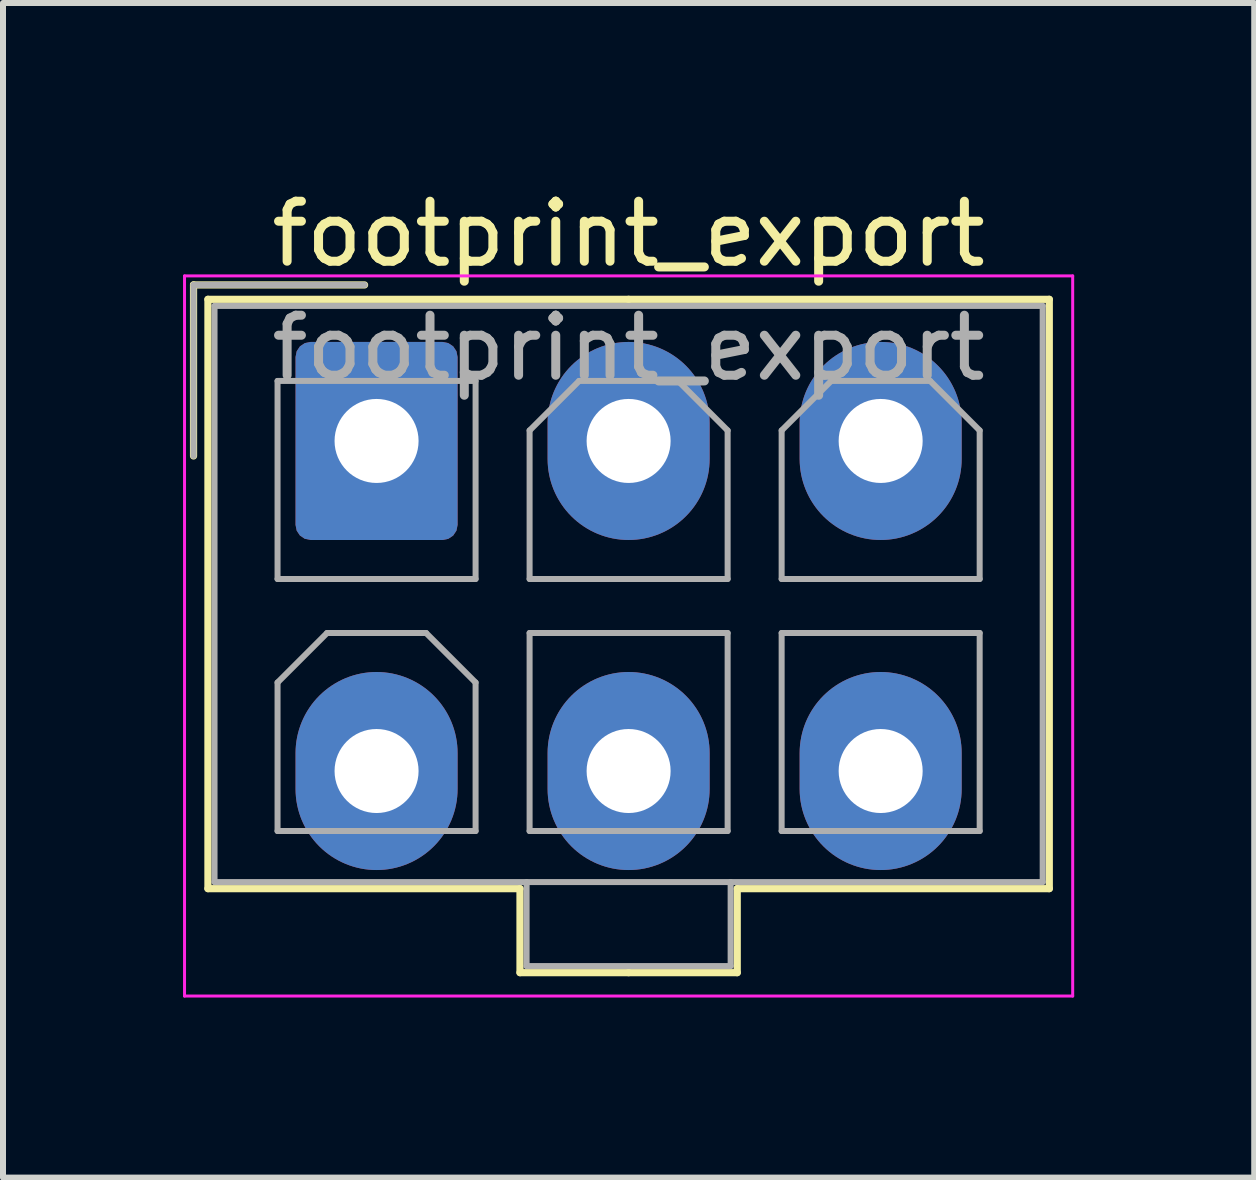
<source format=kicad_pcb>
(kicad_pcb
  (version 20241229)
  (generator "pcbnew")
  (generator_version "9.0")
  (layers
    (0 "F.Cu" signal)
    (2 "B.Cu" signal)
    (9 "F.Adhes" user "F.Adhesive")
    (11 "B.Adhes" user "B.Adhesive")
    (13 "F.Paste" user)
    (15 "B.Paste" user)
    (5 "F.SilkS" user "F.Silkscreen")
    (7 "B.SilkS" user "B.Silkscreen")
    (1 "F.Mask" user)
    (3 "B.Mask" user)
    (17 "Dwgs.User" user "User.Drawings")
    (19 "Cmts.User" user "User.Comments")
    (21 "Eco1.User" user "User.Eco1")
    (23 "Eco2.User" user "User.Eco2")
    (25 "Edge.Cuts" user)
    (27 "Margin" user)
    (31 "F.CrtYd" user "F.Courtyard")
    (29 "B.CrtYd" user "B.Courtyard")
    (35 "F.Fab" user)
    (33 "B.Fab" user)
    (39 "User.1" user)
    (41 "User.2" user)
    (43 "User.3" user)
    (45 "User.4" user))
  (footprint "footprint_export"
    (layer "F.Cu")
    (at 3.225 4.298)
    (property "Reference" "footprint_export" (at 4.2 -3.45 0) (layer "F.SilkS") (effects (font (size 1 1) (thickness 0.15))))
    (attr through_hole)
    (fp_line (start -3.05 -2.6) (end -3.05 0.25) (stroke (width 0.12) (type solid)) (layer "F.SilkS"))
    (fp_line (start -2.81 -2.36) (end -2.81 7.46) (stroke (width 0.12) (type solid)) (layer "F.SilkS"))
    (fp_line (start -2.81 7.46) (end 2.39 7.46) (stroke (width 0.12) (type solid)) (layer "F.SilkS"))
    (fp_line (start -0.2 -2.6) (end -3.05 -2.6) (stroke (width 0.12) (type solid)) (layer "F.SilkS"))
    (fp_line (start 2.39 7.46) (end 2.39 8.86) (stroke (width 0.12) (type solid)) (layer "F.SilkS"))
    (fp_line (start 2.39 8.86) (end 4.2 8.86) (stroke (width 0.12) (type solid)) (layer "F.SilkS"))
    (fp_line (start 4.2 -2.36) (end -2.81 -2.36) (stroke (width 0.12) (type solid)) (layer "F.SilkS"))
    (fp_line (start 4.2 -2.36) (end 11.21 -2.36) (stroke (width 0.12) (type solid)) (layer "F.SilkS"))
    (fp_line (start 6.01 7.46) (end 6.01 8.86) (stroke (width 0.12) (type solid)) (layer "F.SilkS"))
    (fp_line (start 6.01 8.86) (end 4.2 8.86) (stroke (width 0.12) (type solid)) (layer "F.SilkS"))
    (fp_line (start 11.21 -2.36) (end 11.21 7.46) (stroke (width 0.12) (type solid)) (layer "F.SilkS"))
    (fp_line (start 11.21 7.46) (end 6.01 7.46) (stroke (width 0.12) (type solid)) (layer "F.SilkS"))
    (fp_line (start -3.2 -2.75) (end -3.2 9.25) (stroke (width 0.05) (type solid)) (layer "F.CrtYd"))
    (fp_line (start -3.2 9.25) (end 11.6 9.25) (stroke (width 0.05) (type solid)) (layer "F.CrtYd"))
    (fp_line (start 11.6 -2.75) (end -3.2 -2.75) (stroke (width 0.05) (type solid)) (layer "F.CrtYd"))
    (fp_line (start 11.6 9.25) (end 11.6 -2.75) (stroke (width 0.05) (type solid)) (layer "F.CrtYd"))
    (fp_line (start -3.05 -2.6) (end -3.05 0.25) (stroke (width 0.1) (type solid)) (layer "F.Fab"))
    (fp_line (start -2.7 -2.25) (end -2.7 7.35) (stroke (width 0.1) (type solid)) (layer "F.Fab"))
    (fp_line (start -2.7 7.35) (end 11.1 7.35) (stroke (width 0.1) (type solid)) (layer "F.Fab"))
    (fp_line (start -1.65 -1) (end -1.65 2.3) (stroke (width 0.1) (type solid)) (layer "F.Fab"))
    (fp_line (start -1.65 2.3) (end 1.65 2.3) (stroke (width 0.1) (type solid)) (layer "F.Fab"))
    (fp_line (start -1.65 4.025) (end -0.825 3.2) (stroke (width 0.1) (type solid)) (layer "F.Fab"))
    (fp_line (start -1.65 6.5) (end -1.65 4.025) (stroke (width 0.1) (type solid)) (layer "F.Fab"))
    (fp_line (start -0.825 3.2) (end 0.825 3.2) (stroke (width 0.1) (type solid)) (layer "F.Fab"))
    (fp_line (start -0.2 -2.6) (end -3.05 -2.6) (stroke (width 0.1) (type solid)) (layer "F.Fab"))
    (fp_line (start 0.825 3.2) (end 1.65 4.025) (stroke (width 0.1) (type solid)) (layer "F.Fab"))
    (fp_line (start 1.65 -1) (end -1.65 -1) (stroke (width 0.1) (type solid)) (layer "F.Fab"))
    (fp_line (start 1.65 2.3) (end 1.65 -1) (stroke (width 0.1) (type solid)) (layer "F.Fab"))
    (fp_line (start 1.65 4.025) (end 1.65 6.5) (stroke (width 0.1) (type solid)) (layer "F.Fab"))
    (fp_line (start 1.65 6.5) (end -1.65 6.5) (stroke (width 0.1) (type solid)) (layer "F.Fab"))
    (fp_line (start 2.5 7.35) (end 2.5 8.75) (stroke (width 0.1) (type solid)) (layer "F.Fab"))
    (fp_line (start 2.5 8.75) (end 5.9 8.75) (stroke (width 0.1) (type solid)) (layer "F.Fab"))
    (fp_line (start 2.55 -0.175) (end 3.375 -1) (stroke (width 0.1) (type solid)) (layer "F.Fab"))
    (fp_line (start 2.55 2.3) (end 2.55 -0.175) (stroke (width 0.1) (type solid)) (layer "F.Fab"))
    (fp_line (start 2.55 3.2) (end 2.55 6.5) (stroke (width 0.1) (type solid)) (layer "F.Fab"))
    (fp_line (start 2.55 6.5) (end 5.85 6.5) (stroke (width 0.1) (type solid)) (layer "F.Fab"))
    (fp_line (start 3.375 -1) (end 5.025 -1) (stroke (width 0.1) (type solid)) (layer "F.Fab"))
    (fp_line (start 5.025 -1) (end 5.85 -0.175) (stroke (width 0.1) (type solid)) (layer "F.Fab"))
    (fp_line (start 5.85 -0.175) (end 5.85 2.3) (stroke (width 0.1) (type solid)) (layer "F.Fab"))
    (fp_line (start 5.85 2.3) (end 2.55 2.3) (stroke (width 0.1) (type solid)) (layer "F.Fab"))
    (fp_line (start 5.85 3.2) (end 2.55 3.2) (stroke (width 0.1) (type solid)) (layer "F.Fab"))
    (fp_line (start 5.85 6.5) (end 5.85 3.2) (stroke (width 0.1) (type solid)) (layer "F.Fab"))
    (fp_line (start 5.9 8.75) (end 5.9 7.35) (stroke (width 0.1) (type solid)) (layer "F.Fab"))
    (fp_line (start 6.75 -0.175) (end 7.575 -1) (stroke (width 0.1) (type solid)) (layer "F.Fab"))
    (fp_line (start 6.75 2.3) (end 6.75 -0.175) (stroke (width 0.1) (type solid)) (layer "F.Fab"))
    (fp_line (start 6.75 3.2) (end 6.75 6.5) (stroke (width 0.1) (type solid)) (layer "F.Fab"))
    (fp_line (start 6.75 6.5) (end 10.05 6.5) (stroke (width 0.1) (type solid)) (layer "F.Fab"))
    (fp_line (start 7.575 -1) (end 9.225 -1) (stroke (width 0.1) (type solid)) (layer "F.Fab"))
    (fp_line (start 9.225 -1) (end 10.05 -0.175) (stroke (width 0.1) (type solid)) (layer "F.Fab"))
    (fp_line (start 10.05 -0.175) (end 10.05 2.3) (stroke (width 0.1) (type solid)) (layer "F.Fab"))
    (fp_line (start 10.05 2.3) (end 6.75 2.3) (stroke (width 0.1) (type solid)) (layer "F.Fab"))
    (fp_line (start 10.05 3.2) (end 6.75 3.2) (stroke (width 0.1) (type solid)) (layer "F.Fab"))
    (fp_line (start 10.05 6.5) (end 10.05 3.2) (stroke (width 0.1) (type solid)) (layer "F.Fab"))
    (fp_line (start 11.1 -2.25) (end -2.7 -2.25) (stroke (width 0.1) (type solid)) (layer "F.Fab"))
    (fp_line (start 11.1 7.35) (end 11.1 -2.25) (stroke (width 0.1) (type solid)) (layer "F.Fab"))
    (fp_text user "${REFERENCE}" (at 4.2 -1.55 0) (layer "F.Fab") (effects (font (size 1 1) (thickness 0.15))))
    (pad "1" thru_hole roundrect (at 0 0) (size 2.7 3.3) (drill 1.4) (layers "*.Cu" "*.Mask") (roundrect_rratio 0.093))
    (pad "2" thru_hole oval (at 4.2 0) (size 2.7 3.3) (drill 1.4) (layers "*.Cu" "*.Mask"))
    (pad "3" thru_hole oval (at 8.4 0) (size 2.7 3.3) (drill 1.4) (layers "*.Cu" "*.Mask"))
    (pad "4" thru_hole oval (at 0 5.5) (size 2.7 3.3) (drill 1.4) (layers "*.Cu" "*.Mask"))
    (pad "5" thru_hole oval (at 4.2 5.5) (size 2.7 3.3) (drill 1.4) (layers "*.Cu" "*.Mask"))
    (pad "6" thru_hole oval (at 8.4 5.5) (size 2.7 3.3) (drill 1.4) (layers "*.Cu" "*.Mask")))
  (gr_rect
    (start -3 -3)
    (end 17.85 16.573)
    (stroke (width 0.1) (type default))
    (fill no)
    (layer "Edge.Cuts")))
</source>
